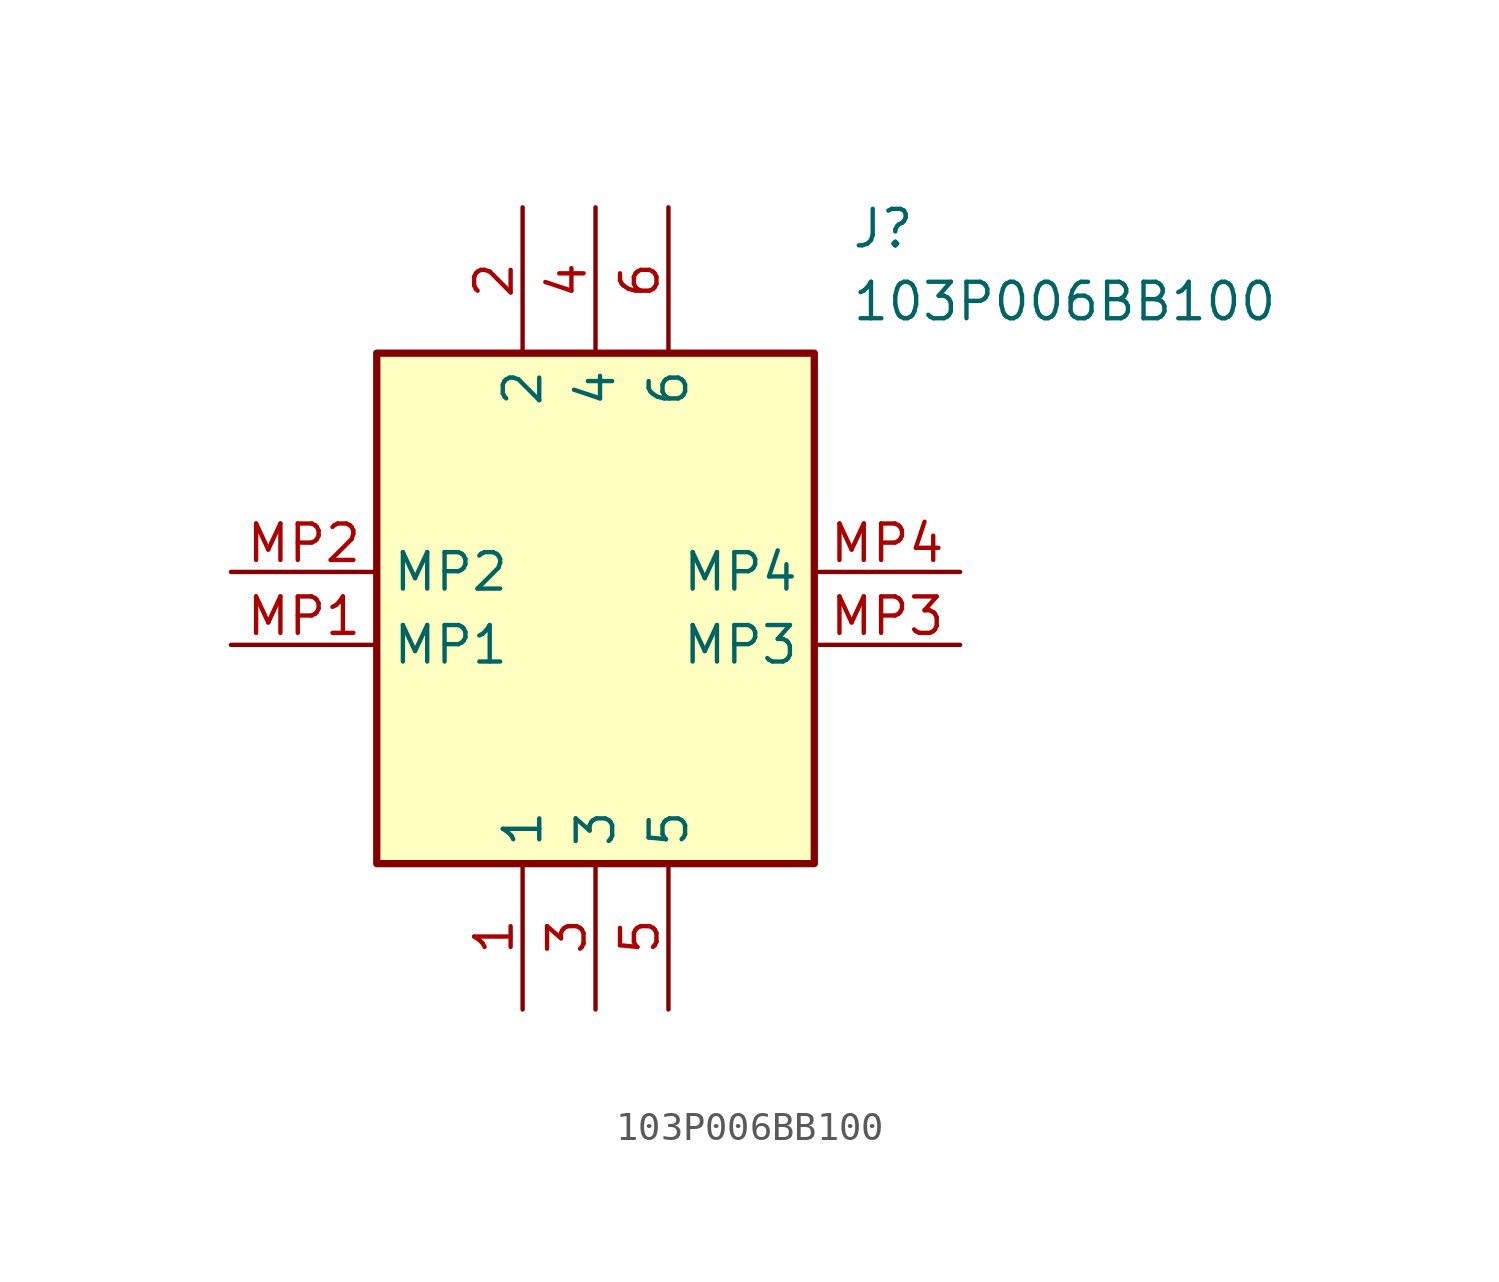
<source format=kicad_sym>
(kicad_symbol_lib
  (version 20211014)
  (generator SamacSys_ECAD_Model)
  (symbol "103P006BB100"
    (property "Reference" "J"
      (at 21.59 12.7 0)
      (effects (font (size 1.27 1.27)) (justify left top)))
    (property "Value" "103P006BB100"
      (at 21.59 10.16 0)
      (effects (font (size 1.27 1.27)) (justify left top)))
    (rectangle
      (start 5.08 7.62)
      (end 20.32 -10.16)
      (stroke (width 0.254) (type default))
      (fill (type background)))
    (pin passive line
      (at 10.16 -15.24 90)
      (length 5.08)
      (name "1" (effects (font (size 1.27 1.27))))
      (number "1" (effects (font (size 1.27 1.27)))))
    (pin passive line
      (at 10.16 12.7 270)
      (length 5.08)
      (name "2" (effects (font (size 1.27 1.27))))
      (number "2" (effects (font (size 1.27 1.27)))))
    (pin passive line
      (at 12.7 -15.24 90)
      (length 5.08)
      (name "3" (effects (font (size 1.27 1.27))))
      (number "3" (effects (font (size 1.27 1.27)))))
    (pin passive line
      (at 12.7 12.7 270)
      (length 5.08)
      (name "4" (effects (font (size 1.27 1.27))))
      (number "4" (effects (font (size 1.27 1.27)))))
    (pin passive line
      (at 15.24 -15.24 90)
      (length 5.08)
      (name "5" (effects (font (size 1.27 1.27))))
      (number "5" (effects (font (size 1.27 1.27)))))
    (pin passive line
      (at 15.24 12.7 270)
      (length 5.08)
      (name "6" (effects (font (size 1.27 1.27))))
      (number "6" (effects (font (size 1.27 1.27)))))
    (pin passive line
      (at 0 -2.54 0)
      (length 5.08)
      (name "MP1" (effects (font (size 1.27 1.27))))
      (number "MP1" (effects (font (size 1.27 1.27)))))
    (pin passive line
      (at 0 0 0)
      (length 5.08)
      (name "MP2" (effects (font (size 1.27 1.27))))
      (number "MP2" (effects (font (size 1.27 1.27)))))
    (pin passive line
      (at 25.4 -2.54 180)
      (length 5.08)
      (name "MP3" (effects (font (size 1.27 1.27))))
      (number "MP3" (effects (font (size 1.27 1.27)))))
    (pin passive line
      (at 25.4 0 180)
      (length 5.08)
      (name "MP4" (effects (font (size 1.27 1.27))))
      (number "MP4" (effects (font (size 1.27 1.27)))))))
</source>
